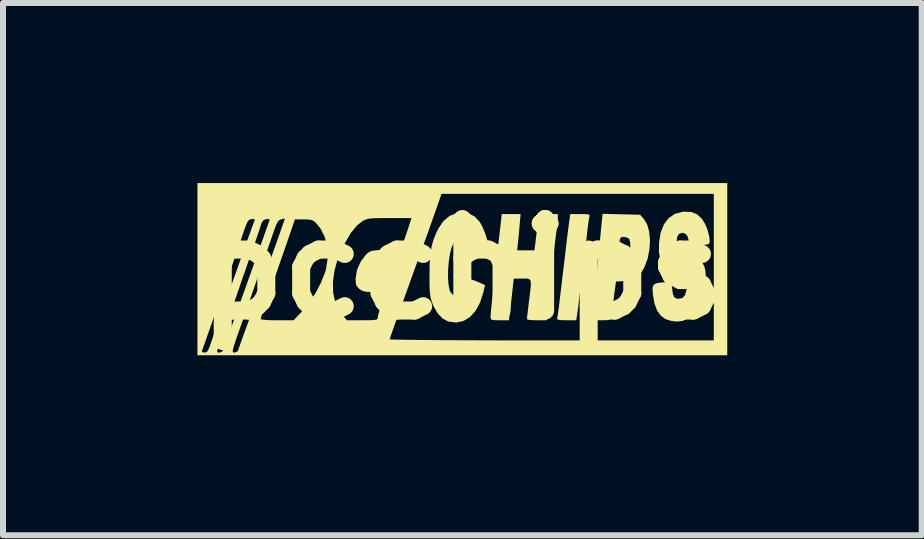
<source format=kicad_pcb>
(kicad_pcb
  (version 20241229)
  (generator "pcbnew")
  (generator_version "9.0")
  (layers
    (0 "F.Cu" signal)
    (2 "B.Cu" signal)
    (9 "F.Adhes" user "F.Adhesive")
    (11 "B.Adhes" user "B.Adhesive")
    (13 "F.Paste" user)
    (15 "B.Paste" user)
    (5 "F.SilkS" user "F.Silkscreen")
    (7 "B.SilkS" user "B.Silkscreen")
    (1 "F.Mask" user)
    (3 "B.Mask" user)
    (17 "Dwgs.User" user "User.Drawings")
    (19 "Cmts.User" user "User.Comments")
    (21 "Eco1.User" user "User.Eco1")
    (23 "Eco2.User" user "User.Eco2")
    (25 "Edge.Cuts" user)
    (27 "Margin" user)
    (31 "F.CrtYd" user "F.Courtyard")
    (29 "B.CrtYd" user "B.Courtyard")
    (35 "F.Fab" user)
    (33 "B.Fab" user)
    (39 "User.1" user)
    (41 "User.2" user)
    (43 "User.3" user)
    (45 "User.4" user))
  (footprint "pcchips"
    (layer "F.Cu")
    (at 4.652 1.434)
    (property "Reference" "pcchips" (at 0 0 0) (layer "F.SilkS") (effects (font (size 1.524 1.524) (thickness 0.3))))
    (attr board_only exclude_from_pos_files exclude_from_bom)
    (fp_poly (pts (xy 2.051 -0.917) (xy 2.1 -0.912) (xy 2.12 -0.902) (xy 2.119 -0.884) (xy 2.119 -0.883) (xy 2.111 -0.846) (xy 2.1 -0.776) (xy 2.088 -0.687) (xy 2.082 -0.642) (xy 2.07 -0.531) (xy 2.054 -0.396) (xy 2.037 -0.256) (xy 2.026 -0.168) (xy 2.008 -0.025) (xy 1.988 0.136) (xy 1.969 0.293) (xy 1.96 0.37) (xy 1.946 0.487) (xy 1.932 0.598) (xy 1.921 0.691) (xy 1.913 0.745) (xy 1.898 0.851) (xy 1.734 0.851) (xy 1.645 0.849) (xy 1.595 0.842) (xy 1.578 0.829) (xy 1.579 0.823) (xy 1.585 0.792) (xy 1.595 0.724) (xy 1.608 0.631) (xy 1.621 0.521) (xy 1.624 0.493) (xy 1.64 0.361) (xy 1.656 0.226) (xy 1.67 0.104) (xy 1.682 0.011) (xy 1.694 -0.087) (xy 1.709 -0.212) (xy 1.724 -0.345) (xy 1.735 -0.437) (xy 1.749 -0.554) (xy 1.763 -0.665) (xy 1.775 -0.758) (xy 1.782 -0.812) (xy 1.798 -0.918) (xy 1.965 -0.918)) (stroke (width 0) (type solid)) (fill yes) (layer "F.SilkS"))
    (fp_poly (pts (xy 2.648 -0.914) (xy 2.96 -0.907) (xy 3.024 -0.836) (xy 3.079 -0.744) (xy 3.113 -0.623) (xy 3.126 -0.482) (xy 3.117 -0.331) (xy 3.088 -0.181) (xy 3.036 -0.041) (xy 3.028 -0.023) (xy 2.966 0.08) (xy 2.898 0.145) (xy 2.812 0.182) (xy 2.702 0.197) (xy 2.56 0.206) (xy 2.534 0.389) (xy 2.522 0.488) (xy 2.513 0.582) (xy 2.508 0.653) (xy 2.508 0.661) (xy 2.506 0.753) (xy 2.492 0.809) (xy 2.46 0.839) (xy 2.401 0.85) (xy 2.324 0.851) (xy 2.166 0.851) (xy 2.183 0.678) (xy 2.193 0.571) (xy 2.205 0.444) (xy 2.217 0.319) (xy 2.219 0.291) (xy 2.229 0.19) (xy 2.241 0.06) (xy 2.255 -0.086) (xy 2.269 -0.233) (xy 2.271 -0.254) (xy 2.598 -0.254) (xy 2.602 -0.203) (xy 2.623 -0.183) (xy 2.663 -0.179) (xy 2.729 -0.198) (xy 2.764 -0.234) (xy 2.787 -0.293) (xy 2.798 -0.369) (xy 2.796 -0.443) (xy 2.781 -0.499) (xy 2.773 -0.511) (xy 2.731 -0.531) (xy 2.686 -0.538) (xy 2.649 -0.533) (xy 2.629 -0.511) (xy 2.617 -0.461) (xy 2.612 -0.434) (xy 2.604 -0.351) (xy 2.599 -0.273) (xy 2.598 -0.254) (xy 2.271 -0.254) (xy 2.273 -0.28) (xy 2.286 -0.415) (xy 2.299 -0.547) (xy 2.31 -0.663) (xy 2.319 -0.752) (xy 2.321 -0.78) (xy 2.336 -0.922)) (stroke (width 0) (type solid)) (fill yes) (layer "F.SilkS"))
    (fp_poly (pts (xy 0.11 -0.926) (xy 0.203 -0.879) (xy 0.284 -0.793) (xy 0.292 -0.783) (xy 0.335 -0.706) (xy 0.378 -0.602) (xy 0.414 -0.489) (xy 0.435 -0.4) (xy 0.449 -0.319) (xy 0.32 -0.304) (xy 0.243 -0.294) (xy 0.18 -0.284) (xy 0.154 -0.278) (xy 0.128 -0.282) (xy 0.111 -0.319) (xy 0.104 -0.354) (xy 0.076 -0.439) (xy 0.028 -0.492) (xy -0.031 -0.51) (xy -0.092 -0.489) (xy -0.145 -0.434) (xy -0.18 -0.358) (xy -0.207 -0.252) (xy -0.226 -0.126) (xy -0.237 0.007) (xy -0.239 0.138) (xy -0.231 0.254) (xy -0.213 0.346) (xy -0.193 0.391) (xy -0.14 0.44) (xy -0.077 0.45) (xy -0.016 0.421) (xy 0.022 0.376) (xy 0.056 0.309) (xy 0.079 0.245) (xy 0.079 0.242) (xy 0.096 0.193) (xy 0.112 0.168) (xy 0.141 0.17) (xy 0.198 0.187) (xy 0.254 0.21) (xy 0.378 0.265) (xy 0.35 0.385) (xy 0.295 0.556) (xy 0.22 0.694) (xy 0.127 0.797) (xy 0.019 0.863) (xy -0.101 0.889) (xy -0.232 0.873) (xy -0.236 0.872) (xy -0.328 0.823) (xy -0.411 0.736) (xy -0.48 0.616) (xy -0.496 0.577) (xy -0.516 0.518) (xy -0.531 0.463) (xy -0.54 0.402) (xy -0.545 0.325) (xy -0.547 0.222) (xy -0.547 0.09) (xy -0.544 -0.098) (xy -0.532 -0.251) (xy -0.512 -0.379) (xy -0.48 -0.493) (xy -0.436 -0.603) (xy -0.398 -0.679) (xy -0.313 -0.804) (xy -0.212 -0.888) (xy -0.093 -0.933) (xy -0.005 -0.941)) (stroke (width 0) (type solid)) (fill yes) (layer "F.SilkS"))
    (fp_poly (pts (xy 3.813 -0.952) (xy 3.909 -0.915) (xy 3.989 -0.841) (xy 4.036 -0.768) (xy 4.07 -0.694) (xy 4.097 -0.611) (xy 4.115 -0.531) (xy 4.121 -0.465) (xy 4.112 -0.425) (xy 4.107 -0.42) (xy 4.076 -0.412) (xy 4.014 -0.402) (xy 3.939 -0.393) (xy 3.791 -0.378) (xy 3.775 -0.463) (xy 3.752 -0.545) (xy 3.719 -0.589) (xy 3.668 -0.605) (xy 3.659 -0.605) (xy 3.61 -0.588) (xy 3.582 -0.544) (xy 3.57 -0.477) (xy 3.594 -0.419) (xy 3.655 -0.367) (xy 3.733 -0.326) (xy 3.846 -0.267) (xy 3.927 -0.204) (xy 3.987 -0.127) (xy 4.014 -0.08) (xy 4.035 -0.032) (xy 4.048 0.019) (xy 4.053 0.085) (xy 4.052 0.178) (xy 4.05 0.233) (xy 4.044 0.345) (xy 4.035 0.426) (xy 4.018 0.492) (xy 3.991 0.557) (xy 3.973 0.594) (xy 3.889 0.722) (xy 3.786 0.812) (xy 3.668 0.862) (xy 3.576 0.873) (xy 3.475 0.861) (xy 3.387 0.832) (xy 3.38 0.829) (xy 3.301 0.77) (xy 3.242 0.685) (xy 3.2 0.568) (xy 3.174 0.414) (xy 3.172 0.387) (xy 3.169 0.313) (xy 3.183 0.266) (xy 3.221 0.238) (xy 3.291 0.225) (xy 3.362 0.219) (xy 3.483 0.213) (xy 3.495 0.325) (xy 3.507 0.412) (xy 3.527 0.463) (xy 3.559 0.487) (xy 3.605 0.493) (xy 3.669 0.479) (xy 3.71 0.433) (xy 3.733 0.352) (xy 3.735 0.277) (xy 3.708 0.216) (xy 3.649 0.162) (xy 3.564 0.113) (xy 3.44 0.038) (xy 3.354 -0.048) (xy 3.3 -0.152) (xy 3.276 -0.281) (xy 3.276 -0.435) (xy 3.302 -0.605) (xy 3.357 -0.745) (xy 3.437 -0.851) (xy 3.542 -0.922) (xy 3.671 -0.956) (xy 3.691 -0.958)) (stroke (width 0) (type solid)) (fill yes) (layer "F.SilkS"))
    (fp_poly (pts (xy 0.954 -0.734) (xy 0.945 -0.628) (xy 0.935 -0.522) (xy 0.926 -0.437) (xy 0.926 -0.431) (xy 0.912 -0.314) (xy 1.202 -0.314) (xy 1.229 -0.543) (xy 1.242 -0.648) (xy 1.254 -0.745) (xy 1.264 -0.818) (xy 1.267 -0.846) (xy 1.279 -0.918) (xy 1.59 -0.918) (xy 1.59 -0.847) (xy 1.587 -0.786) (xy 1.578 -0.702) (xy 1.569 -0.64) (xy 1.559 -0.569) (xy 1.546 -0.465) (xy 1.532 -0.34) (xy 1.517 -0.207) (xy 1.512 -0.157) (xy 1.498 -0.024) (xy 1.483 0.105) (xy 1.47 0.217) (xy 1.459 0.302) (xy 1.456 0.325) (xy 1.445 0.413) (xy 1.433 0.525) (xy 1.422 0.638) (xy 1.421 0.655) (xy 1.406 0.851) (xy 1.24 0.851) (xy 1.161 0.849) (xy 1.102 0.843) (xy 1.076 0.835) (xy 1.075 0.833) (xy 1.078 0.806) (xy 1.085 0.743) (xy 1.096 0.654) (xy 1.108 0.548) (xy 1.109 0.548) (xy 1.126 0.407) (xy 1.138 0.305) (xy 1.141 0.235) (xy 1.136 0.191) (xy 1.118 0.168) (xy 1.088 0.158) (xy 1.044 0.156) (xy 0.999 0.157) (xy 0.856 0.157) (xy 0.842 0.286) (xy 0.833 0.367) (xy 0.821 0.475) (xy 0.808 0.59) (xy 0.802 0.633) (xy 0.777 0.851) (xy 0.624 0.851) (xy 0.543 0.85) (xy 0.497 0.846) (xy 0.476 0.833) (xy 0.471 0.808) (xy 0.471 0.79) (xy 0.473 0.74) (xy 0.48 0.66) (xy 0.49 0.564) (xy 0.494 0.526) (xy 0.505 0.423) (xy 0.52 0.292) (xy 0.535 0.151) (xy 0.549 0.022) (xy 0.563 -0.111) (xy 0.579 -0.249) (xy 0.593 -0.375) (xy 0.605 -0.47) (xy 0.618 -0.579) (xy 0.631 -0.689) (xy 0.641 -0.78) (xy 0.642 -0.79) (xy 0.656 -0.918) (xy 0.97 -0.918)) (stroke (width 0) (type solid)) (fill yes) (layer "F.SilkS"))
    (fp_poly (pts (xy 4.413 1.434) (xy -4.413 1.434) (xy -4.413 1.379) (xy -4.337 1.379) (xy -4.306 1.389) (xy -4.296 1.389) (xy -4.265 1.383) (xy -4.262 1.38) (xy -4.085 1.38) (xy -4.068 1.388) (xy -4.046 1.389) (xy -4.013 1.38) (xy -3.999 1.363) (xy -3.825 1.363) (xy -3.821 1.381) (xy -3.809 1.388) (xy -3.791 1.389) (xy -3.749 1.372) (xy -3.734 1.35) (xy -3.729 1.333) (xy -3.721 1.309) (xy -3.708 1.273) (xy -3.689 1.219) (xy -3.671 1.168) (xy -1.21 1.168) (xy -1.188 1.171) (xy -1.124 1.173) (xy -1.02 1.175) (xy -0.88 1.177) (xy -0.706 1.179) (xy -0.502 1.181) (xy -0.268 1.183) (xy -0.009 1.184) (xy 0.273 1.185) (xy 0.575 1.186) (xy 0.895 1.187) (xy 1.229 1.187) (xy 1.49 1.187) (xy 4.189 1.187) (xy 4.189 -1.254) (xy 1.921 -1.254) (xy -0.347 -1.254) (xy -0.443 -0.98) (xy -0.487 -0.855) (xy -0.533 -0.725) (xy -0.575 -0.607) (xy -0.604 -0.526) (xy -0.634 -0.446) (xy -0.674 -0.334) (xy -0.722 -0.202) (xy -0.773 -0.06) (xy -0.815 0.056) (xy -0.872 0.215) (xy -0.935 0.391) (xy -0.999 0.567) (xy -1.056 0.727) (xy -1.084 0.804) (xy -1.126 0.921) (xy -1.162 1.024) (xy -1.19 1.104) (xy -1.206 1.155) (xy -1.21 1.168) (xy -3.671 1.168) (xy -3.662 1.143) (xy -3.624 1.039) (xy -3.575 0.903) (xy -3.549 0.832) (xy -3.36 0.832) (xy -3.339 0.839) (xy -3.282 0.845) (xy -3.197 0.85) (xy -3.093 0.851) (xy -3.085 0.851) (xy -2.811 0.851) (xy -2.665 0.698) (xy -2.55 0.557) (xy -2.442 0.392) (xy -2.351 0.217) (xy -2.35 0.213) (xy -2.156 0.213) (xy -2.152 0.394) (xy -2.117 0.558) (xy -2.05 0.699) (xy -1.999 0.765) (xy -1.921 0.851) (xy -1.666 0.851) (xy -1.555 0.85) (xy -1.482 0.848) (xy -1.438 0.842) (xy -1.417 0.831) (xy -1.411 0.816) (xy -1.411 0.812) (xy -1.403 0.77) (xy -1.385 0.703) (xy -1.369 0.65) (xy -1.343 0.567) (xy -1.32 0.489) (xy -1.312 0.454) (xy -1.296 0.381) (xy -1.475 0.381) (xy -1.569 0.379) (xy -1.631 0.372) (xy -1.675 0.357) (xy -1.712 0.332) (xy -1.718 0.327) (xy -1.755 0.288) (xy -1.773 0.247) (xy -1.778 0.185) (xy -1.778 0.152) (xy -1.753 0.007) (xy -1.689 -0.133) (xy -1.608 -0.239) (xy -1.577 -0.269) (xy -1.548 -0.29) (xy -1.509 -0.304) (xy -1.453 -0.313) (xy -1.369 -0.32) (xy -1.279 -0.326) (xy -1.018 -0.341) (xy -0.948 -0.546) (xy -0.916 -0.64) (xy -0.888 -0.724) (xy -0.868 -0.783) (xy -0.863 -0.801) (xy -0.848 -0.851) (xy -1.212 -0.851) (xy -1.348 -0.851) (xy -1.448 -0.849) (xy -1.52 -0.845) (xy -1.571 -0.838) (xy -1.611 -0.826) (xy -1.647 -0.809) (xy -1.671 -0.795) (xy -1.758 -0.725) (xy -1.848 -0.615) (xy -1.868 -0.586) (xy -1.984 -0.386) (xy -2.072 -0.182) (xy -2.129 0.019) (xy -2.156 0.213) (xy -2.35 0.213) (xy -2.285 0.048) (xy -2.271 -0.002) (xy -2.243 -0.185) (xy -2.249 -0.364) (xy -2.29 -0.53) (xy -2.363 -0.677) (xy -2.426 -0.756) (xy -2.467 -0.796) (xy -2.506 -0.817) (xy -2.558 -0.827) (xy -2.638 -0.829) (xy -2.642 -0.829) (xy -2.789 -0.829) (xy -2.872 -0.588) (xy -2.909 -0.479) (xy -2.956 -0.343) (xy -3.008 -0.194) (xy -3.06 -0.046) (xy -3.08 0.011) (xy -3.154 0.223) (xy -3.215 0.397) (xy -3.263 0.535) (xy -3.3 0.643) (xy -3.327 0.722) (xy -3.345 0.777) (xy -3.355 0.812) (xy -3.36 0.83) (xy -3.36 0.832) (xy -3.549 0.832) (xy -3.516 0.739) (xy -3.476 0.63) (xy -3.439 0.526) (xy -3.41 0.442) (xy -3.393 0.392) (xy -3.373 0.335) (xy -3.343 0.248) (xy -3.306 0.144) (xy -3.27 0.045) (xy -3.234 -0.055) (xy -3.192 -0.172) (xy -3.148 -0.297) (xy -3.103 -0.424) (xy -3.059 -0.546) (xy -3.021 -0.656) (xy -2.989 -0.747) (xy -2.967 -0.811) (xy -2.957 -0.841) (xy -2.957 -0.843) (xy -2.975 -0.841) (xy -3.017 -0.831) (xy -3.05 -0.817) (xy -3.076 -0.788) (xy -3.102 -0.736) (xy -3.134 -0.651) (xy -3.138 -0.637) (xy -3.166 -0.559) (xy -3.204 -0.448) (xy -3.25 -0.316) (xy -3.3 -0.173) (xy -3.349 -0.034) (xy -3.397 0.103) (xy -3.442 0.23) (xy -3.48 0.341) (xy -3.51 0.426) (xy -3.528 0.479) (xy -3.529 0.482) (xy -3.546 0.533) (xy -3.576 0.617) (xy -3.613 0.725) (xy -3.656 0.847) (xy -3.686 0.93) (xy -3.739 1.08) (xy -3.778 1.193) (xy -3.805 1.275) (xy -3.82 1.33) (xy -3.825 1.363) (xy -3.999 1.363) (xy -3.987 1.349) (xy -3.96 1.284) (xy -3.955 1.271) (xy -3.934 1.211) (xy -3.905 1.13) (xy -3.868 1.024) (xy -3.82 0.889) (xy -3.76 0.722) (xy -3.688 0.519) (xy -3.62 0.33) (xy -3.58 0.218) (xy -3.529 0.076) (xy -3.473 -0.082) (xy -3.416 -0.243) (xy -3.371 -0.37) (xy -3.324 -0.5) (xy -3.283 -0.617) (xy -3.248 -0.714) (xy -3.224 -0.783) (xy -3.211 -0.817) (xy -3.21 -0.819) (xy -3.221 -0.835) (xy -3.265 -0.834) (xy -3.312 -0.818) (xy -3.341 -0.778) (xy -3.353 -0.743) (xy -3.368 -0.697) (xy -3.394 -0.616) (xy -3.431 -0.509) (xy -3.474 -0.385) (xy -3.522 -0.25) (xy -3.527 -0.235) (xy -3.575 -0.099) (xy -3.619 0.029) (xy -3.658 0.139) (xy -3.688 0.225) (xy -3.705 0.277) (xy -3.706 0.28) (xy -3.723 0.328) (xy -3.751 0.41) (xy -3.789 0.518) (xy -3.833 0.644) (xy -3.88 0.779) (xy -3.928 0.915) (xy -3.974 1.044) (xy -4.014 1.159) (xy -4.047 1.25) (xy -4.062 1.294) (xy -4.082 1.352) (xy -4.085 1.38) (xy -4.262 1.38) (xy -4.24 1.359) (xy -4.216 1.307) (xy -4.195 1.249) (xy -4.167 1.165) (xy -4.125 1.047) (xy -4.075 0.903) (xy -4.017 0.741) (xy -3.956 0.57) (xy -3.895 0.397) (xy -3.835 0.231) (xy -3.808 0.157) (xy -3.768 0.047) (xy -3.732 -0.056) (xy -3.702 -0.14) (xy -3.685 -0.19) (xy -3.666 -0.246) (xy -3.637 -0.329) (xy -3.601 -0.429) (xy -3.563 -0.536) (xy -3.525 -0.638) (xy -3.493 -0.726) (xy -3.47 -0.788) (xy -3.462 -0.808) (xy -3.46 -0.832) (xy -3.488 -0.837) (xy -3.511 -0.834) (xy -3.54 -0.827) (xy -3.563 -0.811) (xy -3.585 -0.777) (xy -3.61 -0.718) (xy -3.642 -0.627) (xy -3.656 -0.586) (xy -3.787 -0.203) (xy -3.933 0.215) (xy -4.031 0.493) (xy -4.081 0.633) (xy -4.134 0.783) (xy -4.184 0.927) (xy -4.227 1.048) (xy -4.232 1.064) (xy -4.268 1.165) (xy -4.299 1.254) (xy -4.323 1.319) (xy -4.334 1.35) (xy -4.337 1.379) (xy -4.413 1.379) (xy -4.413 -1.434) (xy 4.413 -1.434)) (stroke (width 0) (type solid)) (fill yes) (layer "F.SilkS")))
  (gr_rect
    (start -3 -3)
    (end 12.304 5.867)
    (stroke (width 0.1) (type default))
    (fill no)
    (layer "Edge.Cuts")))
</source>
